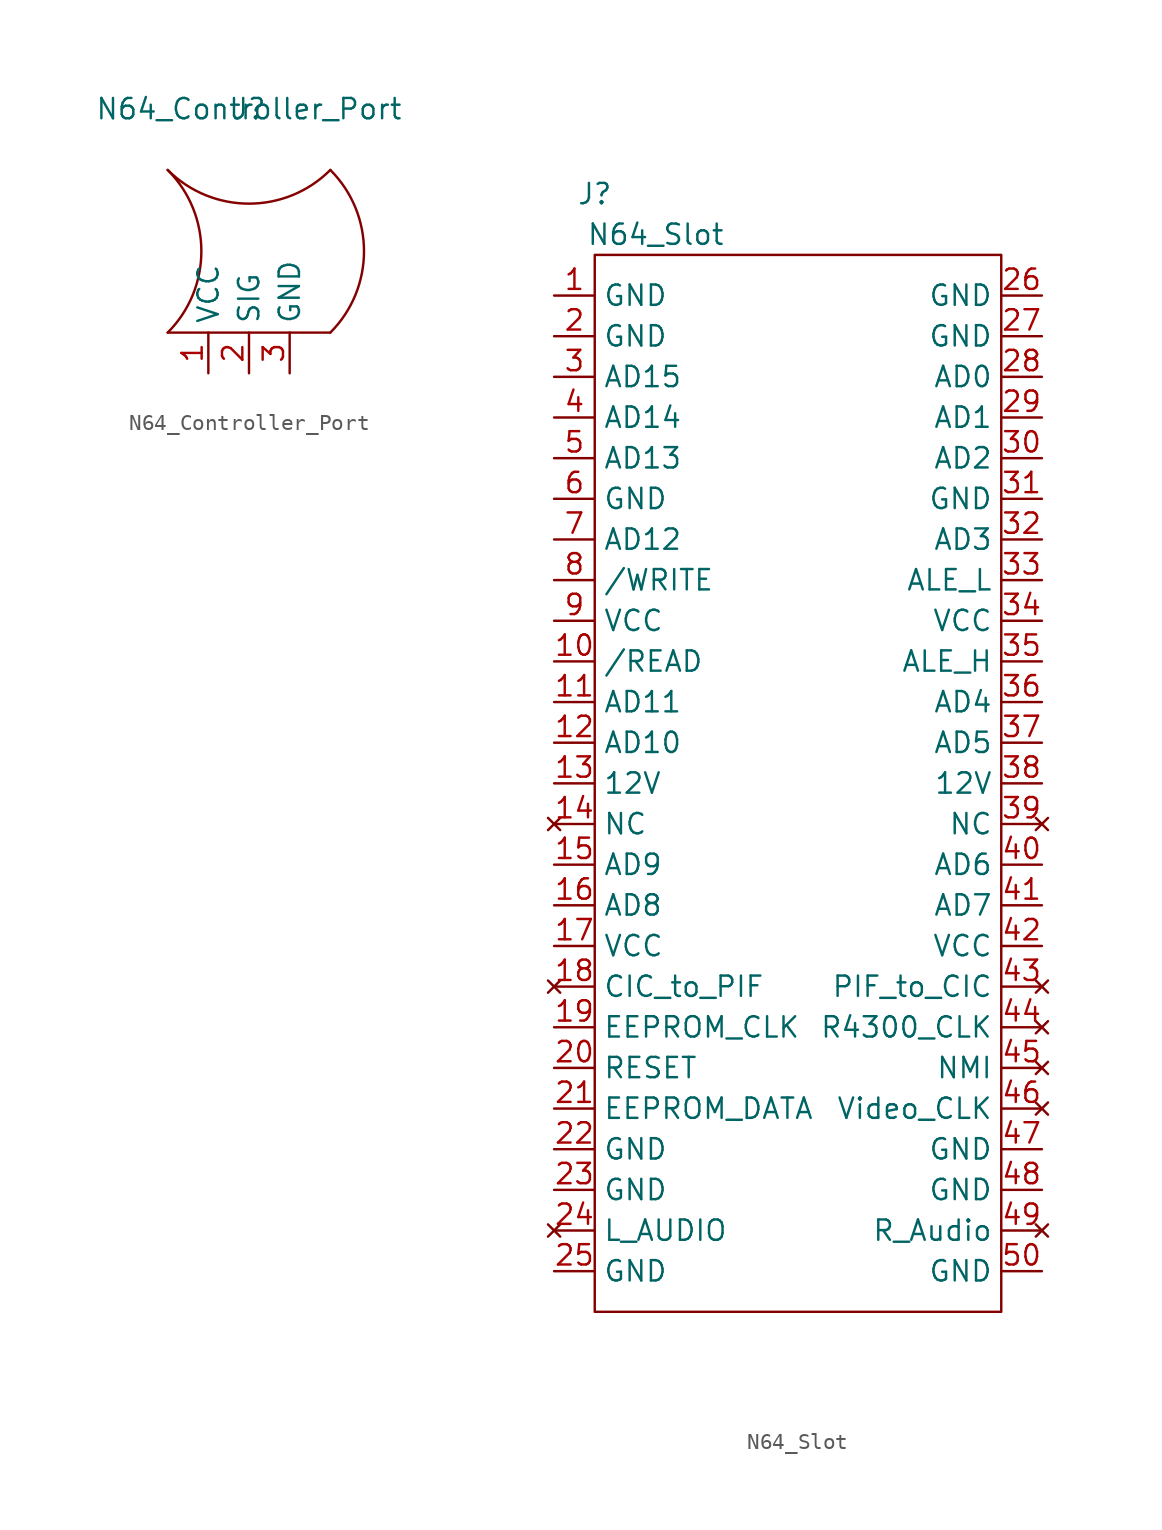
<source format=kicad_sym>
(kicad_symbol_lib
  (version 20211014)
  (generator kicad_symbol_editor)
  (symbol "N64_Controller_Port"
    (property "Reference" "J"
      (at 0 13.97 0)
      (effects (font (size 1.27 1.27))))
    (property "Value" "N64_Controller_Port"
      (at 0 13.97 0)
      (effects (font (size 1.27 1.27))))
    (symbol "N64_Controller_Port_0_1"
      (arc (start -5.08 0) (mid 7.1842 5.08) (end -5.08 10.16) (stroke (width 0) (type default) (color 0 0 0 0)) (fill (type none)))
      (arc (start -5.08 10.16) (mid 0 -2.1042) (end 5.08 10.16) (stroke (width 0) (type default) (color 0 0 0 0)) (fill (type none)))
      (polyline (pts (xy -5.08 0) (xy 5.08 0)) (stroke (width 0) (type default) (color 0 0 0 0)) (fill (type none)))
      (arc (start 5.08 0) (mid 7.1842 5.08) (end 5.08 10.16) (stroke (width 0) (type default) (color 0 0 0 0)) (fill (type none))))
    (symbol "N64_Controller_Port_1_1"
      (pin input line (at -2.54 -2.54 90) (length 2.54) (name "VCC" (effects (font (size 1.27 1.27)))) (number "1" (effects (font (size 1.27 1.27)))))
      (pin bidirectional line (at 0 -2.54 90) (length 2.54) (name "SIG" (effects (font (size 1.27 1.27)))) (number "2" (effects (font (size 1.27 1.27)))))
      (pin input line (at 2.54 -2.54 90) (length 2.54) (name "GND" (effects (font (size 1.27 1.27)))) (number "3" (effects (font (size 1.27 1.27)))))))
  (symbol "N64_Slot"
    (property "Reference" "J"
      (at -10.16 35.56 0)
      (effects (font (size 1.27 1.27))))
    (property "Value" "N64_Slot"
      (at -6.35 33.02 0)
      (effects (font (size 1.27 1.27))))
    (symbol "N64_Slot_0_1"
      (rectangle (start -10.16 31.75) (end 15.24 -34.29) (stroke (width 0.152) (type default) (color 0 0 0 0)) (fill (type none))))
    (symbol "N64_Slot_1_1"
      (pin power_in line (at -12.7 29.21 0) (length 2.54) (name "GND" (effects (font (size 1.27 1.27)))) (number "1" (effects (font (size 1.27 1.27)))))
      (pin input line (at -12.7 6.35 0) (length 2.54) (name "/READ" (effects (font (size 1.27 1.27)))) (number "10" (effects (font (size 1.27 1.27)))))
      (pin bidirectional line (at -12.7 3.81 0) (length 2.54) (name "AD11" (effects (font (size 1.27 1.27)))) (number "11" (effects (font (size 1.27 1.27)))))
      (pin bidirectional line (at -12.7 1.27 0) (length 2.54) (name "AD10" (effects (font (size 1.27 1.27)))) (number "12" (effects (font (size 1.27 1.27)))))
      (pin power_in line (at -12.7 -1.27 0) (length 2.54) (name "12V" (effects (font (size 1.27 1.27)))) (number "13" (effects (font (size 1.27 1.27)))))
      (pin no_connect line (at -12.7 -3.81 0) (length 2.54) (name "NC" (effects (font (size 1.27 1.27)))) (number "14" (effects (font (size 1.27 1.27)))))
      (pin bidirectional line (at -12.7 -6.35 0) (length 2.54) (name "AD9" (effects (font (size 1.27 1.27)))) (number "15" (effects (font (size 1.27 1.27)))))
      (pin bidirectional line (at -12.7 -8.89 0) (length 2.54) (name "AD8" (effects (font (size 1.27 1.27)))) (number "16" (effects (font (size 1.27 1.27)))))
      (pin power_in line (at -12.7 -11.43 0) (length 2.54) (name "VCC" (effects (font (size 1.27 1.27)))) (number "17" (effects (font (size 1.27 1.27)))))
      (pin no_connect line (at -12.7 -13.97 0) (length 2.54) (name "CIC_to_PIF" (effects (font (size 1.27 1.27)))) (number "18" (effects (font (size 1.27 1.27)))))
      (pin input line (at -12.7 -16.51 0) (length 2.54) (name "EEPROM_CLK" (effects (font (size 1.27 1.27)))) (number "19" (effects (font (size 1.27 1.27)))))
      (pin power_in line (at -12.7 26.67 0) (length 2.54) (name "GND" (effects (font (size 1.27 1.27)))) (number "2" (effects (font (size 1.27 1.27)))))
      (pin input line (at -12.7 -19.05 0) (length 2.54) (name "RESET" (effects (font (size 1.27 1.27)))) (number "20" (effects (font (size 1.27 1.27)))))
      (pin bidirectional line (at -12.7 -21.59 0) (length 2.54) (name "EEPROM_DATA" (effects (font (size 1.27 1.27)))) (number "21" (effects (font (size 1.27 1.27)))))
      (pin power_in line (at -12.7 -24.13 0) (length 2.54) (name "GND" (effects (font (size 1.27 1.27)))) (number "22" (effects (font (size 1.27 1.27)))))
      (pin power_in line (at -12.7 -26.67 0) (length 2.54) (name "GND" (effects (font (size 1.27 1.27)))) (number "23" (effects (font (size 1.27 1.27)))))
      (pin no_connect line (at -12.7 -29.21 0) (length 2.54) (name "L_AUDIO" (effects (font (size 1.27 1.27)))) (number "24" (effects (font (size 1.27 1.27)))))
      (pin power_in line (at -12.7 -31.75 0) (length 2.54) (name "GND" (effects (font (size 1.27 1.27)))) (number "25" (effects (font (size 1.27 1.27)))))
      (pin power_in line (at 17.78 29.21 180) (length 2.54) (name "GND" (effects (font (size 1.27 1.27)))) (number "26" (effects (font (size 1.27 1.27)))))
      (pin power_in line (at 17.78 26.67 180) (length 2.54) (name "GND" (effects (font (size 1.27 1.27)))) (number "27" (effects (font (size 1.27 1.27)))))
      (pin bidirectional line (at 17.78 24.13 180) (length 2.54) (name "AD0" (effects (font (size 1.27 1.27)))) (number "28" (effects (font (size 1.27 1.27)))))
      (pin bidirectional line (at 17.78 21.59 180) (length 2.54) (name "AD1" (effects (font (size 1.27 1.27)))) (number "29" (effects (font (size 1.27 1.27)))))
      (pin bidirectional line (at -12.7 24.13 0) (length 2.54) (name "AD15" (effects (font (size 1.27 1.27)))) (number "3" (effects (font (size 1.27 1.27)))))
      (pin bidirectional line (at 17.78 19.05 180) (length 2.54) (name "AD2" (effects (font (size 1.27 1.27)))) (number "30" (effects (font (size 1.27 1.27)))))
      (pin power_in line (at 17.78 16.51 180) (length 2.54) (name "GND" (effects (font (size 1.27 1.27)))) (number "31" (effects (font (size 1.27 1.27)))))
      (pin bidirectional line (at 17.78 13.97 180) (length 2.54) (name "AD3" (effects (font (size 1.27 1.27)))) (number "32" (effects (font (size 1.27 1.27)))))
      (pin input line (at 17.78 11.43 180) (length 2.54) (name "ALE_L" (effects (font (size 1.27 1.27)))) (number "33" (effects (font (size 1.27 1.27)))))
      (pin power_in line (at 17.78 8.89 180) (length 2.54) (name "VCC" (effects (font (size 1.27 1.27)))) (number "34" (effects (font (size 1.27 1.27)))))
      (pin input line (at 17.78 6.35 180) (length 2.54) (name "ALE_H" (effects (font (size 1.27 1.27)))) (number "35" (effects (font (size 1.27 1.27)))))
      (pin bidirectional line (at 17.78 3.81 180) (length 2.54) (name "AD4" (effects (font (size 1.27 1.27)))) (number "36" (effects (font (size 1.27 1.27)))))
      (pin bidirectional line (at 17.78 1.27 180) (length 2.54) (name "AD5" (effects (font (size 1.27 1.27)))) (number "37" (effects (font (size 1.27 1.27)))))
      (pin power_in line (at 17.78 -1.27 180) (length 2.54) (name "12V" (effects (font (size 1.27 1.27)))) (number "38" (effects (font (size 1.27 1.27)))))
      (pin no_connect line (at 17.78 -3.81 180) (length 2.54) (name "NC" (effects (font (size 1.27 1.27)))) (number "39" (effects (font (size 1.27 1.27)))))
      (pin bidirectional line (at -12.7 21.59 0) (length 2.54) (name "AD14" (effects (font (size 1.27 1.27)))) (number "4" (effects (font (size 1.27 1.27)))))
      (pin bidirectional line (at 17.78 -6.35 180) (length 2.54) (name "AD6" (effects (font (size 1.27 1.27)))) (number "40" (effects (font (size 1.27 1.27)))))
      (pin bidirectional line (at 17.78 -8.89 180) (length 2.54) (name "AD7" (effects (font (size 1.27 1.27)))) (number "41" (effects (font (size 1.27 1.27)))))
      (pin power_in line (at 17.78 -11.43 180) (length 2.54) (name "VCC" (effects (font (size 1.27 1.27)))) (number "42" (effects (font (size 1.27 1.27)))))
      (pin no_connect line (at 17.78 -13.97 180) (length 2.54) (name "PIF_to_CIC" (effects (font (size 1.27 1.27)))) (number "43" (effects (font (size 1.27 1.27)))))
      (pin no_connect line (at 17.78 -16.51 180) (length 2.54) (name "R4300_CLK" (effects (font (size 1.27 1.27)))) (number "44" (effects (font (size 1.27 1.27)))))
      (pin no_connect line (at 17.78 -19.05 180) (length 2.54) (name "NMI" (effects (font (size 1.27 1.27)))) (number "45" (effects (font (size 1.27 1.27)))))
      (pin no_connect line (at 17.78 -21.59 180) (length 2.54) (name "Video_CLK" (effects (font (size 1.27 1.27)))) (number "46" (effects (font (size 1.27 1.27)))))
      (pin power_in line (at 17.78 -24.13 180) (length 2.54) (name "GND" (effects (font (size 1.27 1.27)))) (number "47" (effects (font (size 1.27 1.27)))))
      (pin power_in line (at 17.78 -26.67 180) (length 2.54) (name "GND" (effects (font (size 1.27 1.27)))) (number "48" (effects (font (size 1.27 1.27)))))
      (pin no_connect line (at 17.78 -29.21 180) (length 2.54) (name "R_Audio" (effects (font (size 1.27 1.27)))) (number "49" (effects (font (size 1.27 1.27)))))
      (pin bidirectional line (at -12.7 19.05 0) (length 2.54) (name "AD13" (effects (font (size 1.27 1.27)))) (number "5" (effects (font (size 1.27 1.27)))))
      (pin power_in line (at 17.78 -31.75 180) (length 2.54) (name "GND" (effects (font (size 1.27 1.27)))) (number "50" (effects (font (size 1.27 1.27)))))
      (pin power_in line (at -12.7 16.51 0) (length 2.54) (name "GND" (effects (font (size 1.27 1.27)))) (number "6" (effects (font (size 1.27 1.27)))))
      (pin bidirectional line (at -12.7 13.97 0) (length 2.54) (name "AD12" (effects (font (size 1.27 1.27)))) (number "7" (effects (font (size 1.27 1.27)))))
      (pin input line (at -12.7 11.43 0) (length 2.54) (name "/WRITE" (effects (font (size 1.27 1.27)))) (number "8" (effects (font (size 1.27 1.27)))))
      (pin power_in line (at -12.7 8.89 0) (length 2.54) (name "VCC" (effects (font (size 1.27 1.27)))) (number "9" (effects (font (size 1.27 1.27))))))))
</source>
